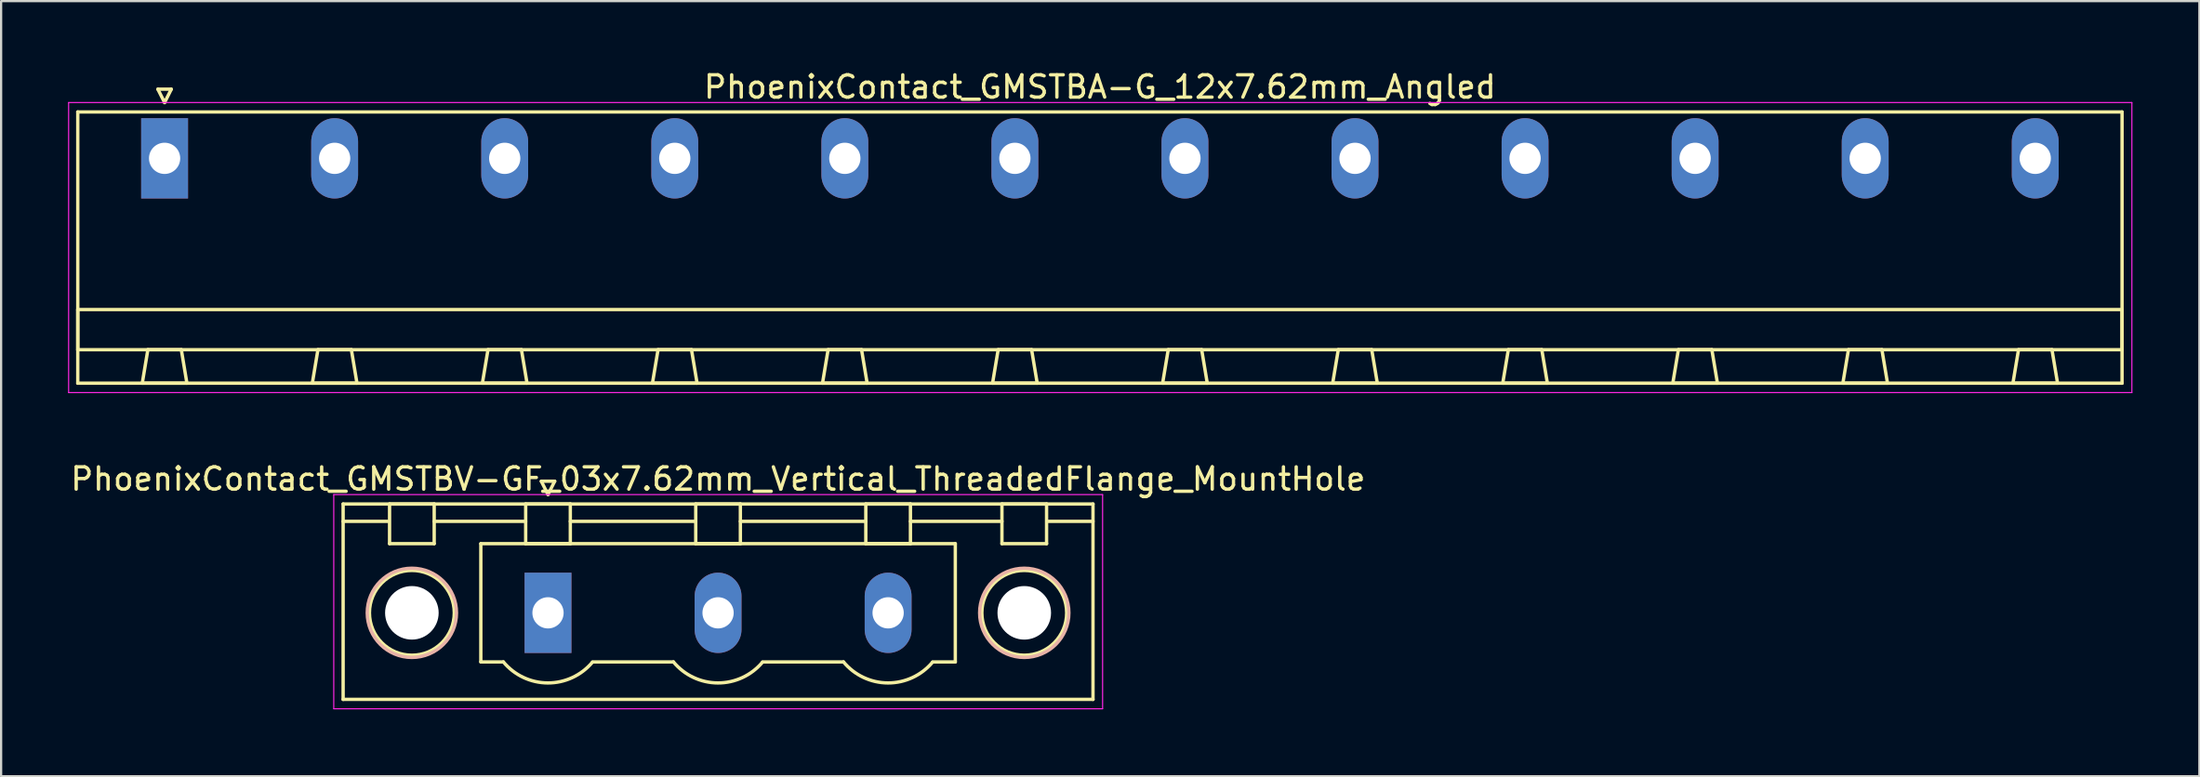
<source format=kicad_pcb>
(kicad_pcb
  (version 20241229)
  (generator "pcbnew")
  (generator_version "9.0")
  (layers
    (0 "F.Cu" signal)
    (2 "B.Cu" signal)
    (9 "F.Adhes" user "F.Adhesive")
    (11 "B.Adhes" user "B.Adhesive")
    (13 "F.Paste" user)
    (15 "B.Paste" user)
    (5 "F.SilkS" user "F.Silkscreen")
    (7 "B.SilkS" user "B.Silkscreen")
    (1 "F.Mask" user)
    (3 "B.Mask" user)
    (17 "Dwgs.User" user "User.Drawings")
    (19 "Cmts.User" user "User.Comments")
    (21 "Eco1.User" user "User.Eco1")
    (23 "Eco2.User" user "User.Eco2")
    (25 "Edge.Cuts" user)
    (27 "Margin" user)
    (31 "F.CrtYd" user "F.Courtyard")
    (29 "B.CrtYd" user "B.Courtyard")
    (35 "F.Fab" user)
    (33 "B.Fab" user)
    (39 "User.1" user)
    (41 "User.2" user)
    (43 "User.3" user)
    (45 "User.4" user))
  (footprint "PhoenixContact_GMSTBA-G_12x7.62mm_Angled"
    (layer "F.Cu")
    (at 4.325 4.048)
    (property "Reference" "PhoenixContact_GMSTBA-G_12x7.62mm_Angled" (at 41.91 -3.2 0) (layer "F.SilkS") (effects (font (size 1 1) (thickness 0.15))))
    (attr through_hole)
    (fp_line (start -3.89 -2.08) (end -3.89 10.08) (stroke (width 0.15) (type solid)) (layer "F.SilkS"))
    (fp_line (start -3.89 6.78) (end 87.71 6.78) (stroke (width 0.15) (type solid)) (layer "F.SilkS"))
    (fp_line (start -3.89 8.58) (end -3.89 6.78) (stroke (width 0.15) (type solid)) (layer "F.SilkS"))
    (fp_line (start -3.89 10.08) (end 87.71 10.08) (stroke (width 0.15) (type solid)) (layer "F.SilkS"))
    (fp_line (start -1 10.08) (end 1 10.08) (stroke (width 0.15) (type solid)) (layer "F.SilkS"))
    (fp_line (start -0.75 8.58) (end -1 10.08) (stroke (width 0.15) (type solid)) (layer "F.SilkS"))
    (fp_line (start -0.3 -3.1) (end 0 -2.5) (stroke (width 0.15) (type solid)) (layer "F.SilkS"))
    (fp_line (start 0 -2.5) (end 0.3 -3.1) (stroke (width 0.15) (type solid)) (layer "F.SilkS"))
    (fp_line (start 0.3 -3.1) (end -0.3 -3.1) (stroke (width 0.15) (type solid)) (layer "F.SilkS"))
    (fp_line (start 0.75 8.58) (end -0.75 8.58) (stroke (width 0.15) (type solid)) (layer "F.SilkS"))
    (fp_line (start 1 10.08) (end 0.75 8.58) (stroke (width 0.15) (type solid)) (layer "F.SilkS"))
    (fp_line (start 6.62 10.08) (end 8.62 10.08) (stroke (width 0.15) (type solid)) (layer "F.SilkS"))
    (fp_line (start 6.87 8.58) (end 6.62 10.08) (stroke (width 0.15) (type solid)) (layer "F.SilkS"))
    (fp_line (start 8.37 8.58) (end 6.87 8.58) (stroke (width 0.15) (type solid)) (layer "F.SilkS"))
    (fp_line (start 8.62 10.08) (end 8.37 8.58) (stroke (width 0.15) (type solid)) (layer "F.SilkS"))
    (fp_line (start 14.24 10.08) (end 16.24 10.08) (stroke (width 0.15) (type solid)) (layer "F.SilkS"))
    (fp_line (start 14.49 8.58) (end 14.24 10.08) (stroke (width 0.15) (type solid)) (layer "F.SilkS"))
    (fp_line (start 15.99 8.58) (end 14.49 8.58) (stroke (width 0.15) (type solid)) (layer "F.SilkS"))
    (fp_line (start 16.24 10.08) (end 15.99 8.58) (stroke (width 0.15) (type solid)) (layer "F.SilkS"))
    (fp_line (start 21.86 10.08) (end 23.86 10.08) (stroke (width 0.15) (type solid)) (layer "F.SilkS"))
    (fp_line (start 22.11 8.58) (end 21.86 10.08) (stroke (width 0.15) (type solid)) (layer "F.SilkS"))
    (fp_line (start 23.61 8.58) (end 22.11 8.58) (stroke (width 0.15) (type solid)) (layer "F.SilkS"))
    (fp_line (start 23.86 10.08) (end 23.61 8.58) (stroke (width 0.15) (type solid)) (layer "F.SilkS"))
    (fp_line (start 29.48 10.08) (end 31.48 10.08) (stroke (width 0.15) (type solid)) (layer "F.SilkS"))
    (fp_line (start 29.73 8.58) (end 29.48 10.08) (stroke (width 0.15) (type solid)) (layer "F.SilkS"))
    (fp_line (start 31.23 8.58) (end 29.73 8.58) (stroke (width 0.15) (type solid)) (layer "F.SilkS"))
    (fp_line (start 31.48 10.08) (end 31.23 8.58) (stroke (width 0.15) (type solid)) (layer "F.SilkS"))
    (fp_line (start 37.1 10.08) (end 39.1 10.08) (stroke (width 0.15) (type solid)) (layer "F.SilkS"))
    (fp_line (start 37.35 8.58) (end 37.1 10.08) (stroke (width 0.15) (type solid)) (layer "F.SilkS"))
    (fp_line (start 38.85 8.58) (end 37.35 8.58) (stroke (width 0.15) (type solid)) (layer "F.SilkS"))
    (fp_line (start 39.1 10.08) (end 38.85 8.58) (stroke (width 0.15) (type solid)) (layer "F.SilkS"))
    (fp_line (start 44.72 10.08) (end 46.72 10.08) (stroke (width 0.15) (type solid)) (layer "F.SilkS"))
    (fp_line (start 44.97 8.58) (end 44.72 10.08) (stroke (width 0.15) (type solid)) (layer "F.SilkS"))
    (fp_line (start 46.47 8.58) (end 44.97 8.58) (stroke (width 0.15) (type solid)) (layer "F.SilkS"))
    (fp_line (start 46.72 10.08) (end 46.47 8.58) (stroke (width 0.15) (type solid)) (layer "F.SilkS"))
    (fp_line (start 52.34 10.08) (end 54.34 10.08) (stroke (width 0.15) (type solid)) (layer "F.SilkS"))
    (fp_line (start 52.59 8.58) (end 52.34 10.08) (stroke (width 0.15) (type solid)) (layer "F.SilkS"))
    (fp_line (start 54.09 8.58) (end 52.59 8.58) (stroke (width 0.15) (type solid)) (layer "F.SilkS"))
    (fp_line (start 54.34 10.08) (end 54.09 8.58) (stroke (width 0.15) (type solid)) (layer "F.SilkS"))
    (fp_line (start 59.96 10.08) (end 61.96 10.08) (stroke (width 0.15) (type solid)) (layer "F.SilkS"))
    (fp_line (start 60.21 8.58) (end 59.96 10.08) (stroke (width 0.15) (type solid)) (layer "F.SilkS"))
    (fp_line (start 61.71 8.58) (end 60.21 8.58) (stroke (width 0.15) (type solid)) (layer "F.SilkS"))
    (fp_line (start 61.96 10.08) (end 61.71 8.58) (stroke (width 0.15) (type solid)) (layer "F.SilkS"))
    (fp_line (start 67.58 10.08) (end 69.58 10.08) (stroke (width 0.15) (type solid)) (layer "F.SilkS"))
    (fp_line (start 67.83 8.58) (end 67.58 10.08) (stroke (width 0.15) (type solid)) (layer "F.SilkS"))
    (fp_line (start 69.33 8.58) (end 67.83 8.58) (stroke (width 0.15) (type solid)) (layer "F.SilkS"))
    (fp_line (start 69.58 10.08) (end 69.33 8.58) (stroke (width 0.15) (type solid)) (layer "F.SilkS"))
    (fp_line (start 75.2 10.08) (end 77.2 10.08) (stroke (width 0.15) (type solid)) (layer "F.SilkS"))
    (fp_line (start 75.45 8.58) (end 75.2 10.08) (stroke (width 0.15) (type solid)) (layer "F.SilkS"))
    (fp_line (start 76.95 8.58) (end 75.45 8.58) (stroke (width 0.15) (type solid)) (layer "F.SilkS"))
    (fp_line (start 77.2 10.08) (end 76.95 8.58) (stroke (width 0.15) (type solid)) (layer "F.SilkS"))
    (fp_line (start 82.82 10.08) (end 84.82 10.08) (stroke (width 0.15) (type solid)) (layer "F.SilkS"))
    (fp_line (start 83.07 8.58) (end 82.82 10.08) (stroke (width 0.15) (type solid)) (layer "F.SilkS"))
    (fp_line (start 84.57 8.58) (end 83.07 8.58) (stroke (width 0.15) (type solid)) (layer "F.SilkS"))
    (fp_line (start 84.82 10.08) (end 84.57 8.58) (stroke (width 0.15) (type solid)) (layer "F.SilkS"))
    (fp_line (start 87.71 -2.08) (end -3.89 -2.08) (stroke (width 0.15) (type solid)) (layer "F.SilkS"))
    (fp_line (start 87.71 6.78) (end 87.71 8.58) (stroke (width 0.15) (type solid)) (layer "F.SilkS"))
    (fp_line (start 87.71 8.58) (end -3.89 8.58) (stroke (width 0.15) (type solid)) (layer "F.SilkS"))
    (fp_line (start 87.71 10.08) (end 87.71 -2.08) (stroke (width 0.15) (type solid)) (layer "F.SilkS"))
    (fp_line (start -4.3 -2.5) (end -4.3 10.5) (stroke (width 0.05) (type solid)) (layer "F.CrtYd"))
    (fp_line (start -4.3 10.5) (end 88.15 10.5) (stroke (width 0.05) (type solid)) (layer "F.CrtYd"))
    (fp_line (start 88.15 -2.5) (end -4.3 -2.5) (stroke (width 0.05) (type solid)) (layer "F.CrtYd"))
    (fp_line (start 88.15 10.5) (end 88.15 -2.5) (stroke (width 0.05) (type solid)) (layer "F.CrtYd"))
    (pad "1" thru_hole rect (at 0 0) (size 2.1 3.6) (drill 1.4) (layers "*.Cu" "*.Mask"))
    (pad "2" thru_hole oval (at 7.62 0) (size 2.1 3.6) (drill 1.4) (layers "*.Cu" "*.Mask"))
    (pad "3" thru_hole oval (at 15.24 0) (size 2.1 3.6) (drill 1.4) (layers "*.Cu" "*.Mask"))
    (pad "4" thru_hole oval (at 22.86 0) (size 2.1 3.6) (drill 1.4) (layers "*.Cu" "*.Mask"))
    (pad "5" thru_hole oval (at 30.48 0) (size 2.1 3.6) (drill 1.4) (layers "*.Cu" "*.Mask"))
    (pad "6" thru_hole oval (at 38.1 0) (size 2.1 3.6) (drill 1.4) (layers "*.Cu" "*.Mask"))
    (pad "7" thru_hole oval (at 45.72 0) (size 2.1 3.6) (drill 1.4) (layers "*.Cu" "*.Mask"))
    (pad "8" thru_hole oval (at 53.34 0) (size 2.1 3.6) (drill 1.4) (layers "*.Cu" "*.Mask"))
    (pad "9" thru_hole oval (at 60.96 0) (size 2.1 3.6) (drill 1.4) (layers "*.Cu" "*.Mask"))
    (pad "10" thru_hole oval (at 68.58 0) (size 2.1 3.6) (drill 1.4) (layers "*.Cu" "*.Mask"))
    (pad "11" thru_hole oval (at 76.2 0) (size 2.1 3.6) (drill 1.4) (layers "*.Cu" "*.Mask"))
    (pad "12" thru_hole oval (at 83.82 0) (size 2.1 3.6) (drill 1.4) (layers "*.Cu" "*.Mask")))
  (footprint "PhoenixContact_GMSTBV-GF_03x7.62mm_Vertical_ThreadedFlange_MountHole"
    (layer "F.Cu")
    (at 21.505 24.422)
    (property "Reference" "PhoenixContact_GMSTBV-GF_03x7.62mm_Vertical_ThreadedFlange_MountHole" (at 7.62 -6 0) (layer "F.SilkS") (effects (font (size 1 1) (thickness 0.15))))
    (attr through_hole)
    (fp_line (start -9.18 -4.88) (end -9.18 3.88) (stroke (width 0.15) (type solid)) (layer "F.SilkS"))
    (fp_line (start -9.18 -4.1) (end -7.18 -4.1) (stroke (width 0.15) (type solid)) (layer "F.SilkS"))
    (fp_line (start -9.18 3.88) (end 24.42 3.88) (stroke (width 0.15) (type solid)) (layer "F.SilkS"))
    (fp_line (start -7.1 -4.88) (end -5.1 -4.88) (stroke (width 0.15) (type solid)) (layer "F.SilkS"))
    (fp_line (start -7.1 -3.1) (end -7.1 -4.88) (stroke (width 0.15) (type solid)) (layer "F.SilkS"))
    (fp_line (start -5.1 -4.88) (end -5.1 -3.1) (stroke (width 0.15) (type solid)) (layer "F.SilkS"))
    (fp_line (start -5.1 -4.1) (end -1 -4.1) (stroke (width 0.15) (type solid)) (layer "F.SilkS"))
    (fp_line (start -5.1 -3.1) (end -7.1 -3.1) (stroke (width 0.15) (type solid)) (layer "F.SilkS"))
    (fp_line (start -3.01 -3.1) (end 18.25 -3.1) (stroke (width 0.15) (type solid)) (layer "F.SilkS"))
    (fp_line (start -3.01 2.2) (end -3.01 -3.1) (stroke (width 0.15) (type solid)) (layer "F.SilkS"))
    (fp_line (start -2 2.2) (end -3.01 2.2) (stroke (width 0.15) (type solid)) (layer "F.SilkS"))
    (fp_line (start -1 -4.88) (end 1 -4.88) (stroke (width 0.15) (type solid)) (layer "F.SilkS"))
    (fp_line (start -1 -3.1) (end -1 -4.88) (stroke (width 0.15) (type solid)) (layer "F.SilkS"))
    (fp_line (start -0.3 -5.9) (end 0 -5.3) (stroke (width 0.15) (type solid)) (layer "F.SilkS"))
    (fp_line (start 0 -5.3) (end 0.3 -5.9) (stroke (width 0.15) (type solid)) (layer "F.SilkS"))
    (fp_line (start 0.3 -5.9) (end -0.3 -5.9) (stroke (width 0.15) (type solid)) (layer "F.SilkS"))
    (fp_line (start 1 -4.88) (end 1 -3.1) (stroke (width 0.15) (type solid)) (layer "F.SilkS"))
    (fp_line (start 1 -4.1) (end 6.62 -4.1) (stroke (width 0.15) (type solid)) (layer "F.SilkS"))
    (fp_line (start 1 -3.1) (end -1 -3.1) (stroke (width 0.15) (type solid)) (layer "F.SilkS"))
    (fp_line (start 2 2.2) (end 5.62 2.2) (stroke (width 0.15) (type solid)) (layer "F.SilkS"))
    (fp_line (start 6.62 -4.88) (end 8.62 -4.88) (stroke (width 0.15) (type solid)) (layer "F.SilkS"))
    (fp_line (start 6.62 -3.1) (end 6.62 -4.88) (stroke (width 0.15) (type solid)) (layer "F.SilkS"))
    (fp_line (start 8.62 -4.88) (end 8.62 -3.1) (stroke (width 0.15) (type solid)) (layer "F.SilkS"))
    (fp_line (start 8.62 -4.1) (end 14.24 -4.1) (stroke (width 0.15) (type solid)) (layer "F.SilkS"))
    (fp_line (start 8.62 -3.1) (end 6.62 -3.1) (stroke (width 0.15) (type solid)) (layer "F.SilkS"))
    (fp_line (start 9.62 2.2) (end 13.24 2.2) (stroke (width 0.15) (type solid)) (layer "F.SilkS"))
    (fp_line (start 14.24 -4.88) (end 16.24 -4.88) (stroke (width 0.15) (type solid)) (layer "F.SilkS"))
    (fp_line (start 14.24 -3.1) (end 14.24 -4.88) (stroke (width 0.15) (type solid)) (layer "F.SilkS"))
    (fp_line (start 16.24 -4.88) (end 16.24 -3.1) (stroke (width 0.15) (type solid)) (layer "F.SilkS"))
    (fp_line (start 16.24 -4.1) (end 20.34 -4.1) (stroke (width 0.15) (type solid)) (layer "F.SilkS"))
    (fp_line (start 16.24 -3.1) (end 14.24 -3.1) (stroke (width 0.15) (type solid)) (layer "F.SilkS"))
    (fp_line (start 18.25 -3.1) (end 18.25 2.2) (stroke (width 0.15) (type solid)) (layer "F.SilkS"))
    (fp_line (start 18.25 2.2) (end 17.24 2.2) (stroke (width 0.15) (type solid)) (layer "F.SilkS"))
    (fp_line (start 20.34 -4.88) (end 22.34 -4.88) (stroke (width 0.15) (type solid)) (layer "F.SilkS"))
    (fp_line (start 20.34 -3.1) (end 20.34 -4.88) (stroke (width 0.15) (type solid)) (layer "F.SilkS"))
    (fp_line (start 22.34 -4.88) (end 22.34 -3.1) (stroke (width 0.15) (type solid)) (layer "F.SilkS"))
    (fp_line (start 22.34 -3.1) (end 20.34 -3.1) (stroke (width 0.15) (type solid)) (layer "F.SilkS"))
    (fp_line (start 24.42 -4.88) (end -9.18 -4.88) (stroke (width 0.15) (type solid)) (layer "F.SilkS"))
    (fp_line (start 24.42 -4.1) (end 22.42 -4.1) (stroke (width 0.15) (type solid)) (layer "F.SilkS"))
    (fp_line (start 24.42 3.88) (end 24.42 -4.88) (stroke (width 0.15) (type solid)) (layer "F.SilkS"))
    (fp_arc (start 1.986842 2.215821) (mid -0.010289 3.142758) (end -2 2.2) (stroke (width 0.15) (type solid)) (layer "F.SilkS"))
    (fp_arc (start 9.606842 2.215821) (mid 7.609711 3.142758) (end 5.62 2.2) (stroke (width 0.15) (type solid)) (layer "F.SilkS"))
    (fp_arc (start 17.226842 2.215821) (mid 15.229711 3.142758) (end 13.24 2.2) (stroke (width 0.15) (type solid)) (layer "F.SilkS"))
    (fp_circle (center -6.1 0) (end -4.2 0) (stroke (width 0.15) (type solid)) (fill no) (layer "F.SilkS"))
    (fp_circle (center 21.34 0) (end 23.24 0) (stroke (width 0.15) (type solid)) (fill no) (layer "F.SilkS"))
    (fp_circle (center -6.1 0) (end -4.1 0) (stroke (width 0.15) (type solid)) (fill no) (layer "B.SilkS"))
    (fp_circle (center 21.34 0) (end 23.34 0) (stroke (width 0.15) (type solid)) (fill no) (layer "B.SilkS"))
    (fp_line (start -9.6 -5.3) (end -9.6 4.3) (stroke (width 0.05) (type solid)) (layer "F.CrtYd"))
    (fp_line (start -9.6 4.3) (end 24.85 4.3) (stroke (width 0.05) (type solid)) (layer "F.CrtYd"))
    (fp_line (start 24.85 -5.3) (end -9.6 -5.3) (stroke (width 0.05) (type solid)) (layer "F.CrtYd"))
    (fp_line (start 24.85 4.3) (end 24.85 -5.3) (stroke (width 0.05) (type solid)) (layer "F.CrtYd"))
    (pad "" np_thru_hole circle (at -6.1 0) (size 2.4 2.4) (drill 2.4) (layers "*.Cu" "*.Mask"))
    (pad "" np_thru_hole circle (at 21.34 0) (size 2.4 2.4) (drill 2.4) (layers "*.Cu" "*.Mask"))
    (pad "1" thru_hole rect (at 0 0) (size 2.1 3.6) (drill 1.4) (layers "*.Cu" "*.Mask"))
    (pad "2" thru_hole oval (at 7.62 0) (size 2.1 3.6) (drill 1.4) (layers "*.Cu" "*.Mask"))
    (pad "3" thru_hole oval (at 15.24 0) (size 2.1 3.6) (drill 1.4) (layers "*.Cu" "*.Mask")))
  (gr_rect
    (start -3 -3)
    (end 95.5 31.747)
    (stroke (width 0.1) (type default))
    (fill no)
    (layer "Edge.Cuts")))
</source>
